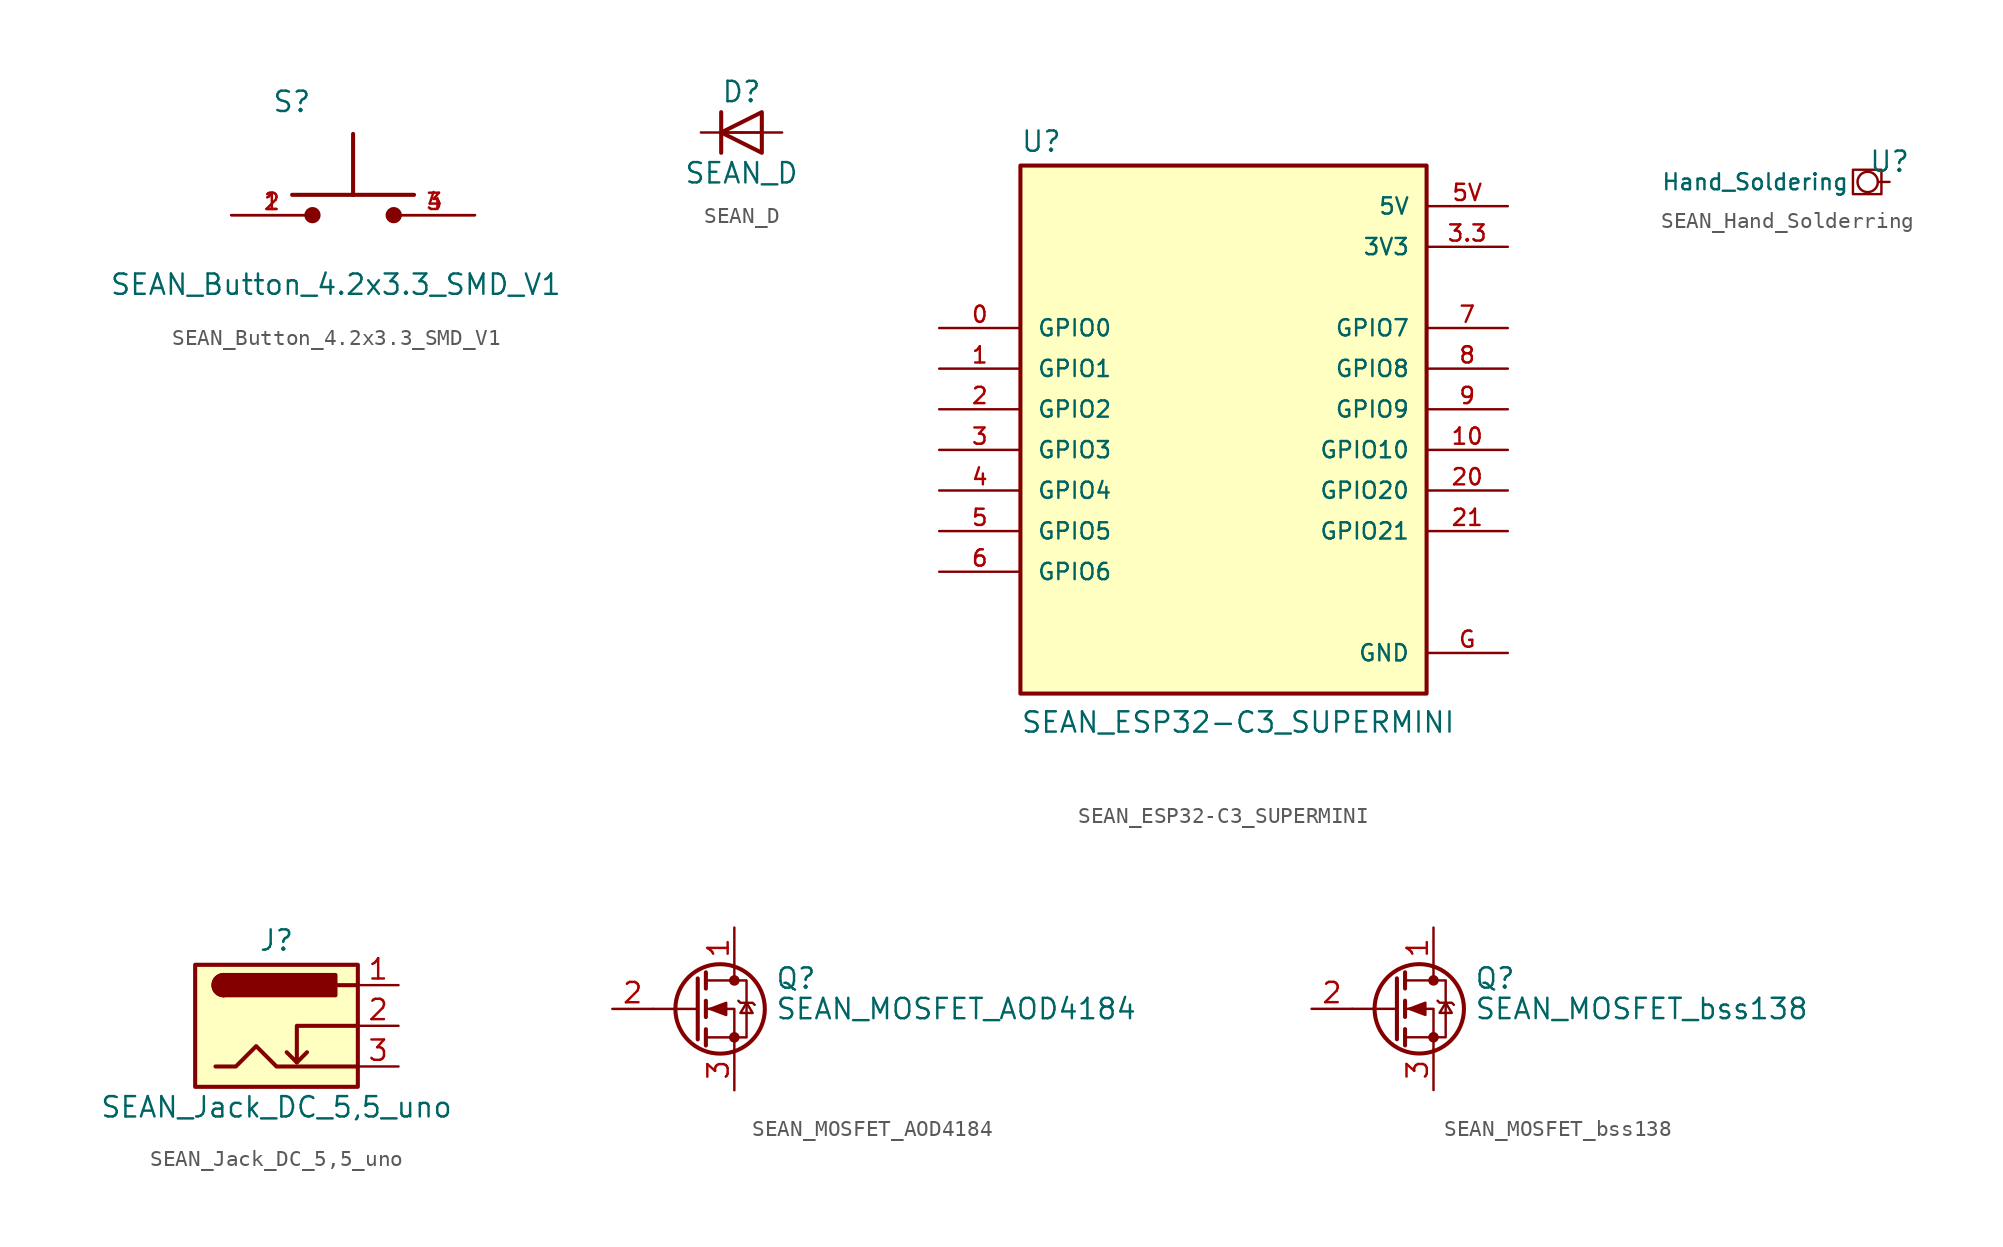
<source format=kicad_sym>
(kicad_symbol_lib
  (version 20231120)
  (generator "kicad_symbol_editor")
  (generator_version "8.0")
  (symbol "SEAN_Button_4.2x3.3_SMD_V1"
    (pin_names
      (offset 1.016))
    (property "Reference" "S"
      (at -5.08 6.35 0)
      (effects (font (size 1.27 1.27)) (justify left bottom)))
    (property "Value" "SEAN_Button_4.2x3.3_SMD_V1"
      (at -15.24 -5.08 0)
      (effects (font (size 1.27 1.27)) (justify left bottom)))
    (symbol "SEAN_Button_4.2x3.3_SMD_V1_0_0"
      (circle (center -2.54 0) (radius 0.254) (stroke (width 0.508) (type default)) (fill (type none)))
      (polyline (pts (xy -3.81 1.27) (xy 0 1.27)) (stroke (width 0.254) (type default)) (fill (type none)))
      (polyline (pts (xy 0 1.27) (xy 0 5.08)) (stroke (width 0.254) (type default)) (fill (type none)))
      (polyline (pts (xy 0 1.27) (xy 3.81 1.27)) (stroke (width 0.254) (type default)) (fill (type none)))
      (circle (center 2.54 0) (radius 0.254) (stroke (width 0.508) (type default)) (fill (type none)))
      (pin passive line (at -7.62 0 0) (length 5.08) (name "~" (effects (font (size 1.016 1.016)))) (number "1" (effects (font (size 1.016 1.016)))))
      (pin passive line (at -7.62 0 0) (length 5.08) (name "~" (effects (font (size 1.016 1.016)))) (number "2" (effects (font (size 1.016 1.016)))))
      (pin passive line (at 7.62 0 180) (length 5.08) (name "~" (effects (font (size 1.016 1.016)))) (number "3" (effects (font (size 1.016 1.016)))))
      (pin passive line (at 7.62 0 180) (length 5.08) (name "~" (effects (font (size 1.016 1.016)))) (number "4" (effects (font (size 1.016 1.016)))))))
  (symbol "SEAN_D"
    (pin_numbers hide)
    (pin_names
      (offset 1.016) hide)
    (property "Reference" "D"
      (at 0 2.54 0)
      (effects (font (size 1.27 1.27))))
    (property "Value" "SEAN_D"
      (at 0 -2.54 0)
      (effects (font (size 1.27 1.27))))
    (symbol "SEAN_D_0_1"
      (polyline (pts (xy -1.27 1.27) (xy -1.27 -1.27)) (stroke (width 0.254) (type default)) (fill (type none)))
      (polyline (pts (xy 1.27 0) (xy -1.27 0)) (stroke (width 0) (type default)) (fill (type none)))
      (polyline (pts (xy 1.27 1.27) (xy 1.27 -1.27) (xy -1.27 0) (xy 1.27 1.27)) (stroke (width 0.254) (type default)) (fill (type none))))
    (symbol "SEAN_D_1_1"
      (pin passive line (at -2.54 0 0) (length 2.54) (name "K" (effects (font (size 1.27 1.27)))) (number "1" (effects (font (size 1.27 1.27)))))
      (pin passive line (at 2.54 0 180) (length 2.54) (name "A" (effects (font (size 1.27 1.27)))) (number "2" (effects (font (size 1.27 1.27)))))))
  (symbol "SEAN_ESP32-C3_SUPERMINI"
    (pin_names
      (offset 1.016))
    (property "Reference" "U"
      (at -12.7 16.002 0)
      (effects (font (size 1.27 1.27)) (justify left bottom)))
    (property "Value" "SEAN_ESP32-C3_SUPERMINI"
      (at -12.7 -20.32 0)
      (effects (font (size 1.27 1.27)) (justify left bottom)))
    (symbol "SEAN_ESP32-C3_SUPERMINI_0_0"
      (rectangle (start -12.7 15.24) (end 12.7 -17.78) (stroke (width 0.254) (type default)) (fill (type background)))
      (pin bidirectional line (at -17.78 5.08 0) (length 5.08) (name "GPIO0" (effects (font (size 1.016 1.016)))) (number "0" (effects (font (size 1.016 1.016)))))
      (pin bidirectional line (at -17.78 2.54 0) (length 5.08) (name "GPIO1" (effects (font (size 1.016 1.016)))) (number "1" (effects (font (size 1.016 1.016)))))
      (pin bidirectional line (at 17.78 -2.54 180) (length 5.08) (name "GPIO10" (effects (font (size 1.016 1.016)))) (number "10" (effects (font (size 1.016 1.016)))))
      (pin bidirectional line (at -17.78 0 0) (length 5.08) (name "GPIO2" (effects (font (size 1.016 1.016)))) (number "2" (effects (font (size 1.016 1.016)))))
      (pin bidirectional line (at 17.78 -5.08 180) (length 5.08) (name "GPIO20" (effects (font (size 1.016 1.016)))) (number "20" (effects (font (size 1.016 1.016)))))
      (pin bidirectional line (at 17.78 -7.62 180) (length 5.08) (name "GPIO21" (effects (font (size 1.016 1.016)))) (number "21" (effects (font (size 1.016 1.016)))))
      (pin bidirectional line (at -17.78 -2.54 0) (length 5.08) (name "GPIO3" (effects (font (size 1.016 1.016)))) (number "3" (effects (font (size 1.016 1.016)))))
      (pin power_in line (at 17.78 10.16 180) (length 5.08) (name "3V3" (effects (font (size 1.016 1.016)))) (number "3.3" (effects (font (size 1.016 1.016)))))
      (pin bidirectional line (at -17.78 -5.08 0) (length 5.08) (name "GPIO4" (effects (font (size 1.016 1.016)))) (number "4" (effects (font (size 1.016 1.016)))))
      (pin bidirectional line (at -17.78 -7.62 0) (length 5.08) (name "GPIO5" (effects (font (size 1.016 1.016)))) (number "5" (effects (font (size 1.016 1.016)))))
      (pin power_in line (at 17.78 12.7 180) (length 5.08) (name "5V" (effects (font (size 1.016 1.016)))) (number "5V" (effects (font (size 1.016 1.016)))))
      (pin bidirectional line (at -17.78 -10.16 0) (length 5.08) (name "GPIO6" (effects (font (size 1.016 1.016)))) (number "6" (effects (font (size 1.016 1.016)))))
      (pin bidirectional line (at 17.78 5.08 180) (length 5.08) (name "GPIO7" (effects (font (size 1.016 1.016)))) (number "7" (effects (font (size 1.016 1.016)))))
      (pin bidirectional line (at 17.78 2.54 180) (length 5.08) (name "GPIO8" (effects (font (size 1.016 1.016)))) (number "8" (effects (font (size 1.016 1.016)))))
      (pin bidirectional line (at 17.78 0 180) (length 5.08) (name "GPIO9" (effects (font (size 1.016 1.016)))) (number "9" (effects (font (size 1.016 1.016)))))
      (pin power_in line (at 17.78 -15.24 180) (length 5.08) (name "GND" (effects (font (size 1.016 1.016)))) (number "G" (effects (font (size 1.016 1.016)))))))
  (symbol "SEAN_Hand_Solderring"
    (property "Reference" "U"
      (at 0 1.27 0)
      (effects (font (size 1.27 1.27))))
    (property "Value" ""
      (at 1.27 6.35 0)
      (effects (font (size 1.27 1.27))))
    (symbol "SEAN_Hand_Solderring_0_1"
      (rectangle (start -2.286 0.762) (end -0.508 -0.762) (stroke (width 0) (type default)) (fill (type none))))
    (symbol "SEAN_Hand_Solderring_1_1"
      (pin passive inverted (at 0 0 180) (length 2) (name "Hand_Soldering" (effects (font (size 1 1)))) (number "1" (effects (font (size 0 0)))))))
  (symbol "SEAN_Jack_DC_5,5_uno"
    (pin_names hide)
    (property "Reference" "J"
      (at 0 5.334 0)
      (effects (font (size 1.27 1.27))))
    (property "Value" "SEAN_Jack_DC_5,5_uno"
      (at 0 -5.08 0)
      (effects (font (size 1.27 1.27))))
    (symbol "SEAN_Jack_DC_5,5_uno_0_1"
      (rectangle (start -5.08 3.81) (end 5.08 -3.81) (stroke (width 0.254) (type default)) (fill (type background)))
      (arc (start -3.302 3.175) (mid -3.9343 2.54) (end -3.302 1.905) (stroke (width 0.254) (type default)) (fill (type none)))
      (arc (start -3.302 3.175) (mid -3.9343 2.54) (end -3.302 1.905) (stroke (width 0.254) (type default)) (fill (type outline)))
      (polyline (pts (xy 1.27 -2.286) (xy 1.905 -1.651)) (stroke (width 0.254) (type default)) (fill (type none)))
      (polyline (pts (xy 5.08 2.54) (xy 3.81 2.54)) (stroke (width 0.254) (type default)) (fill (type none)))
      (polyline (pts (xy 5.08 0) (xy 1.27 0) (xy 1.27 -2.286) (xy 0.635 -1.651)) (stroke (width 0.254) (type default)) (fill (type none)))
      (polyline (pts (xy -3.81 -2.54) (xy -2.54 -2.54) (xy -1.27 -1.27) (xy 0 -2.54) (xy 2.54 -2.54) (xy 5.08 -2.54)) (stroke (width 0.254) (type default)) (fill (type none)))
      (rectangle (start 3.683 3.175) (end -3.302 1.905) (stroke (width 0.254) (type default)) (fill (type outline))))
    (symbol "SEAN_Jack_DC_5,5_uno_1_1"
      (pin passive line (at 7.62 2.54 180) (length 2.54) (name "~" (effects (font (size 1.27 1.27)))) (number "1" (effects (font (size 1.27 1.27)))))
      (pin passive line (at 7.62 0 180) (length 2.54) (name "~" (effects (font (size 1.27 1.27)))) (number "2" (effects (font (size 1.27 1.27)))))
      (pin passive line (at 7.62 -2.54 180) (length 2.54) (name "~" (effects (font (size 1.27 1.27)))) (number "3" (effects (font (size 1.27 1.27)))))))
  (symbol "SEAN_MOSFET_AOD4184"
    (pin_names hide)
    (property "Reference" "Q"
      (at 5.08 1.905 0)
      (effects (font (size 1.27 1.27)) (justify left)))
    (property "Value" "SEAN_MOSFET_AOD4184"
      (at 5.08 0 0)
      (effects (font (size 1.27 1.27)) (justify left)))
    (symbol "SEAN_MOSFET_AOD4184_0_1"
      (polyline (pts (xy 0.254 0) (xy -2.54 0)) (stroke (width 0) (type default)) (fill (type none)))
      (polyline (pts (xy 0.254 1.905) (xy 0.254 -1.905)) (stroke (width 0.254) (type default)) (fill (type none)))
      (polyline (pts (xy 0.762 -1.27) (xy 0.762 -2.286)) (stroke (width 0.254) (type default)) (fill (type none)))
      (polyline (pts (xy 0.762 0.508) (xy 0.762 -0.508)) (stroke (width 0.254) (type default)) (fill (type none)))
      (polyline (pts (xy 0.762 2.286) (xy 0.762 1.27)) (stroke (width 0.254) (type default)) (fill (type none)))
      (polyline (pts (xy 2.54 2.54) (xy 2.54 1.778)) (stroke (width 0) (type default)) (fill (type none)))
      (polyline (pts (xy 2.54 -2.54) (xy 2.54 0) (xy 0.762 0)) (stroke (width 0) (type default)) (fill (type none)))
      (polyline (pts (xy 0.762 -1.778) (xy 3.302 -1.778) (xy 3.302 1.778) (xy 0.762 1.778)) (stroke (width 0) (type default)) (fill (type none)))
      (polyline (pts (xy 1.016 0) (xy 2.032 0.381) (xy 2.032 -0.381) (xy 1.016 0)) (stroke (width 0) (type default)) (fill (type outline)))
      (polyline (pts (xy 2.794 0.508) (xy 2.921 0.381) (xy 3.683 0.381) (xy 3.81 0.254)) (stroke (width 0) (type default)) (fill (type none)))
      (polyline (pts (xy 3.302 0.381) (xy 2.921 -0.254) (xy 3.683 -0.254) (xy 3.302 0.381)) (stroke (width 0) (type default)) (fill (type none)))
      (circle (center 1.651 0) (radius 2.794) (stroke (width 0.254) (type default)) (fill (type none)))
      (circle (center 2.54 -1.778) (radius 0.254) (stroke (width 0) (type default)) (fill (type outline)))
      (circle (center 2.54 1.778) (radius 0.254) (stroke (width 0) (type default)) (fill (type outline))))
    (symbol "SEAN_MOSFET_AOD4184_1_1"
      (pin passive line (at 2.54 5.08 270) (length 2.54) (name "D" (effects (font (size 1.27 1.27)))) (number "1" (effects (font (size 1.27 1.27)))))
      (pin input line (at -5.08 0 0) (length 2.54) (name "G" (effects (font (size 1.27 1.27)))) (number "2" (effects (font (size 1.27 1.27)))))
      (pin passive line (at 2.54 -5.08 90) (length 2.54) (name "S" (effects (font (size 1.27 1.27)))) (number "3" (effects (font (size 1.27 1.27)))))))
  (symbol "SEAN_MOSFET_bss138"
    (pin_names hide)
    (property "Reference" "Q"
      (at 5.08 1.905 0)
      (effects (font (size 1.27 1.27)) (justify left)))
    (property "Value" "SEAN_MOSFET_bss138"
      (at 5.08 0 0)
      (effects (font (size 1.27 1.27)) (justify left)))
    (symbol "SEAN_MOSFET_bss138_0_1"
      (polyline (pts (xy 0.254 0) (xy -2.54 0)) (stroke (width 0) (type default)) (fill (type none)))
      (polyline (pts (xy 0.254 1.905) (xy 0.254 -1.905)) (stroke (width 0.254) (type default)) (fill (type none)))
      (polyline (pts (xy 0.762 -1.27) (xy 0.762 -2.286)) (stroke (width 0.254) (type default)) (fill (type none)))
      (polyline (pts (xy 0.762 0.508) (xy 0.762 -0.508)) (stroke (width 0.254) (type default)) (fill (type none)))
      (polyline (pts (xy 0.762 2.286) (xy 0.762 1.27)) (stroke (width 0.254) (type default)) (fill (type none)))
      (polyline (pts (xy 2.54 2.54) (xy 2.54 1.778)) (stroke (width 0) (type default)) (fill (type none)))
      (polyline (pts (xy 2.54 -2.54) (xy 2.54 0) (xy 0.762 0)) (stroke (width 0) (type default)) (fill (type none)))
      (polyline (pts (xy 0.762 -1.778) (xy 3.302 -1.778) (xy 3.302 1.778) (xy 0.762 1.778)) (stroke (width 0) (type default)) (fill (type none)))
      (polyline (pts (xy 1.016 0) (xy 2.032 0.381) (xy 2.032 -0.381) (xy 1.016 0)) (stroke (width 0) (type default)) (fill (type outline)))
      (polyline (pts (xy 2.794 0.508) (xy 2.921 0.381) (xy 3.683 0.381) (xy 3.81 0.254)) (stroke (width 0) (type default)) (fill (type none)))
      (polyline (pts (xy 3.302 0.381) (xy 2.921 -0.254) (xy 3.683 -0.254) (xy 3.302 0.381)) (stroke (width 0) (type default)) (fill (type none)))
      (circle (center 1.651 0) (radius 2.794) (stroke (width 0.254) (type default)) (fill (type none)))
      (circle (center 2.54 -1.778) (radius 0.254) (stroke (width 0) (type default)) (fill (type outline)))
      (circle (center 2.54 1.778) (radius 0.254) (stroke (width 0) (type default)) (fill (type outline))))
    (symbol "SEAN_MOSFET_bss138_1_1"
      (pin passive line (at 2.54 5.08 270) (length 2.54) (name "D" (effects (font (size 1.27 1.27)))) (number "1" (effects (font (size 1.27 1.27)))))
      (pin input line (at -5.08 0 0) (length 2.54) (name "G" (effects (font (size 1.27 1.27)))) (number "2" (effects (font (size 1.27 1.27)))))
      (pin passive line (at 2.54 -5.08 90) (length 2.54) (name "S" (effects (font (size 1.27 1.27)))) (number "3" (effects (font (size 1.27 1.27))))))))
</source>
